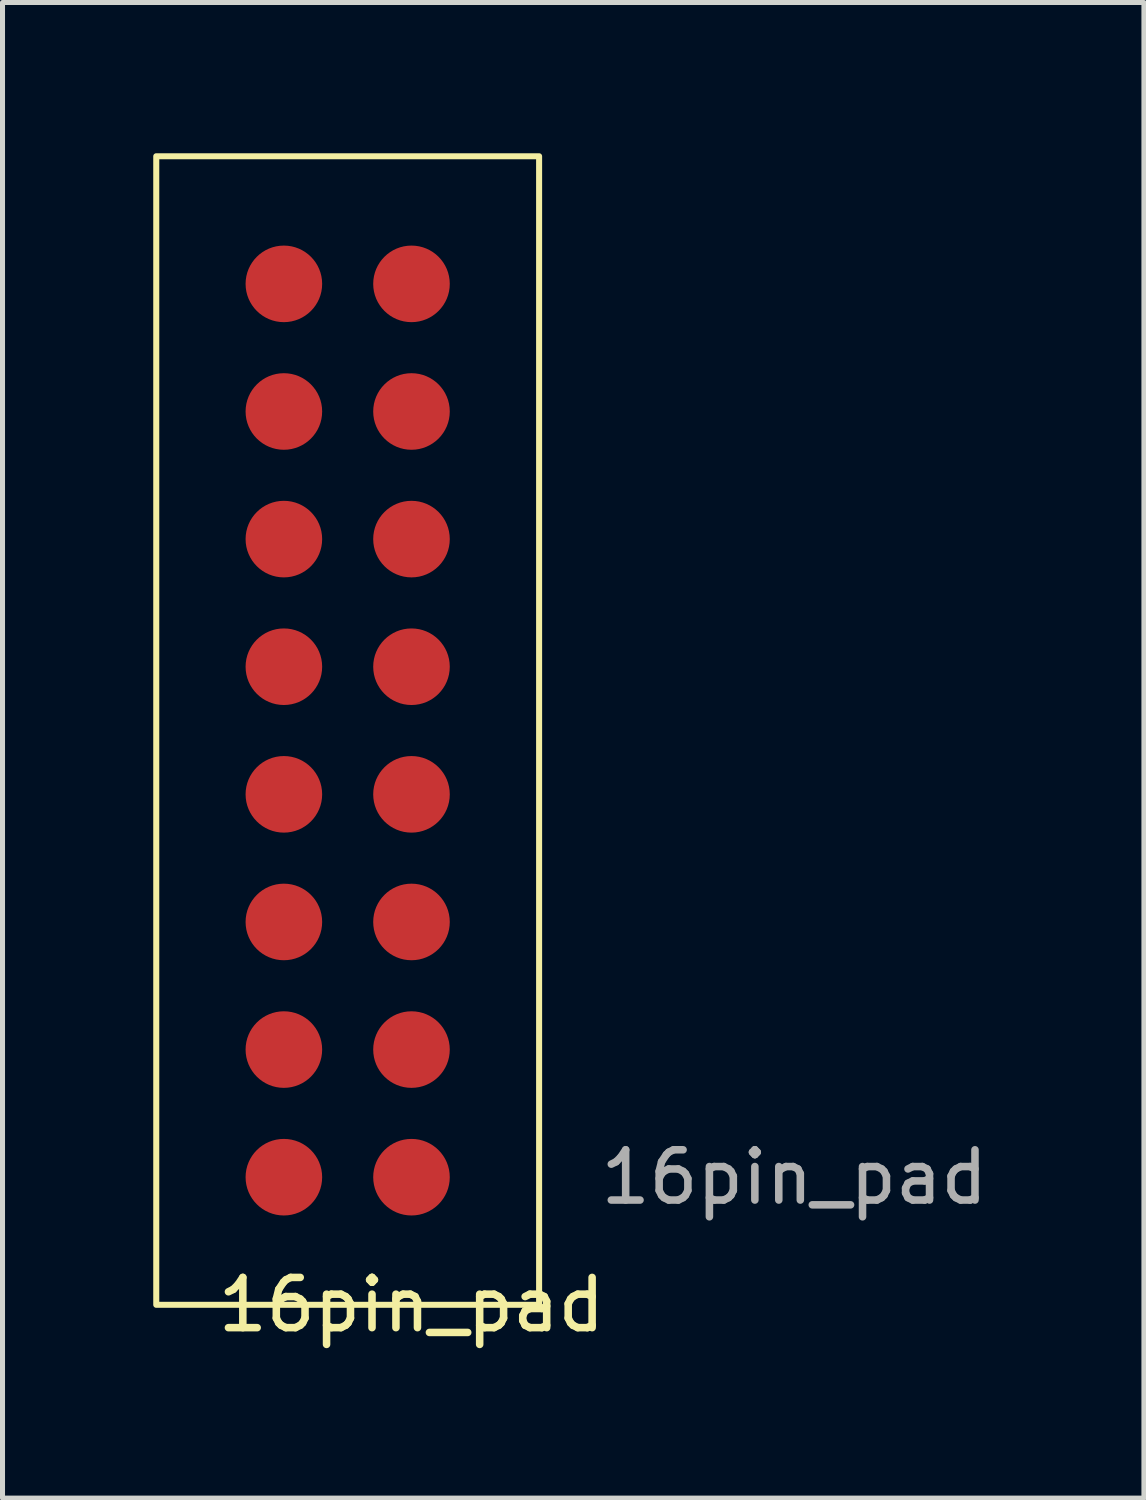
<source format=kicad_pcb>
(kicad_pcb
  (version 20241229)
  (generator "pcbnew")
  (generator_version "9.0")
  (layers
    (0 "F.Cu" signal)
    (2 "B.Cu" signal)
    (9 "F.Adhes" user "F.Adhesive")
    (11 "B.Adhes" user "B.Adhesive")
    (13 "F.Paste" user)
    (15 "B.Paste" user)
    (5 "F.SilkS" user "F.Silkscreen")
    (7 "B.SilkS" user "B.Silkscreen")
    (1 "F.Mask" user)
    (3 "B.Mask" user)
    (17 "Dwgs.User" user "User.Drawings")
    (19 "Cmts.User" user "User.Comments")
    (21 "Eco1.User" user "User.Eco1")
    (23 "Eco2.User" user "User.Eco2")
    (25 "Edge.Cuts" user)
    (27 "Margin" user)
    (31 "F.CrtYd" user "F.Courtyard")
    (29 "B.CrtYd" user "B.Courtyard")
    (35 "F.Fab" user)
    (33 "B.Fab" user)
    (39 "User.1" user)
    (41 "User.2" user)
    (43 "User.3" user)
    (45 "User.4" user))
  (footprint "16pin_pad"
    (layer "F.Cu")
    (at 5.14 22.92)
    (property "Reference" "16pin_pad" (at 0 0 0) (unlocked yes) (layer "F.SilkS") (effects (font (size 1 1) (thickness 0.15))))
    (attr smd)
    (fp_rect (start -5.08 -22.86) (end 2.54 0) (stroke (width 0.12) (type solid)) (fill no) (layer "F.SilkS"))
    (fp_text user "${REFERENCE}" (at 7.62 -2.54 0) (unlocked yes) (layer "F.Fab") (effects (font (size 1 1) (thickness 0.15))))
    (pad "1" smd circle (at 0 -20.32) (size 1.524 1.524) (layers "F.Cu" "F.Mask" "F.Paste"))
    (pad "2" smd circle (at 0 -17.78) (size 1.524 1.524) (layers "F.Cu" "F.Mask" "F.Paste"))
    (pad "3" smd circle (at 0 -15.24) (size 1.524 1.524) (layers "F.Cu" "F.Mask" "F.Paste"))
    (pad "4" smd circle (at 0 -12.7) (size 1.524 1.524) (layers "F.Cu" "F.Mask" "F.Paste"))
    (pad "5" smd circle (at 0 -10.16) (size 1.524 1.524) (layers "F.Cu" "F.Mask" "F.Paste"))
    (pad "6" smd circle (at 0 -7.62) (size 1.524 1.524) (layers "F.Cu" "F.Mask" "F.Paste"))
    (pad "7" smd circle (at 0 -5.08) (size 1.524 1.524) (layers "F.Cu" "F.Mask" "F.Paste"))
    (pad "8" smd circle (at 0 -2.54) (size 1.524 1.524) (layers "F.Cu" "F.Mask" "F.Paste"))
    (pad "9" smd circle (at -2.54 -20.32) (size 1.524 1.524) (layers "F.Cu" "F.Mask" "F.Paste"))
    (pad "10" smd circle (at -2.54 -17.78) (size 1.524 1.524) (layers "F.Cu" "F.Mask" "F.Paste"))
    (pad "11" smd circle (at -2.54 -15.24) (size 1.524 1.524) (layers "F.Cu" "F.Mask" "F.Paste"))
    (pad "12" smd circle (at -2.54 -12.7) (size 1.524 1.524) (layers "F.Cu" "F.Mask" "F.Paste"))
    (pad "13" smd circle (at -2.54 -10.16) (size 1.524 1.524) (layers "F.Cu" "F.Mask" "F.Paste"))
    (pad "14" smd circle (at -2.54 -7.62) (size 1.524 1.524) (layers "F.Cu" "F.Mask" "F.Paste"))
    (pad "15" smd circle (at -2.54 -5.08) (size 1.524 1.524) (layers "F.Cu" "F.Mask" "F.Paste"))
    (pad "16" smd circle (at -2.54 -2.54) (size 1.524 1.524) (layers "F.Cu" "F.Mask" "F.Paste")))
  (gr_rect
    (start -3 -3)
    (end 19.718 26.768)
    (stroke (width 0.1) (type default))
    (fill no)
    (layer "Edge.Cuts")))
</source>
